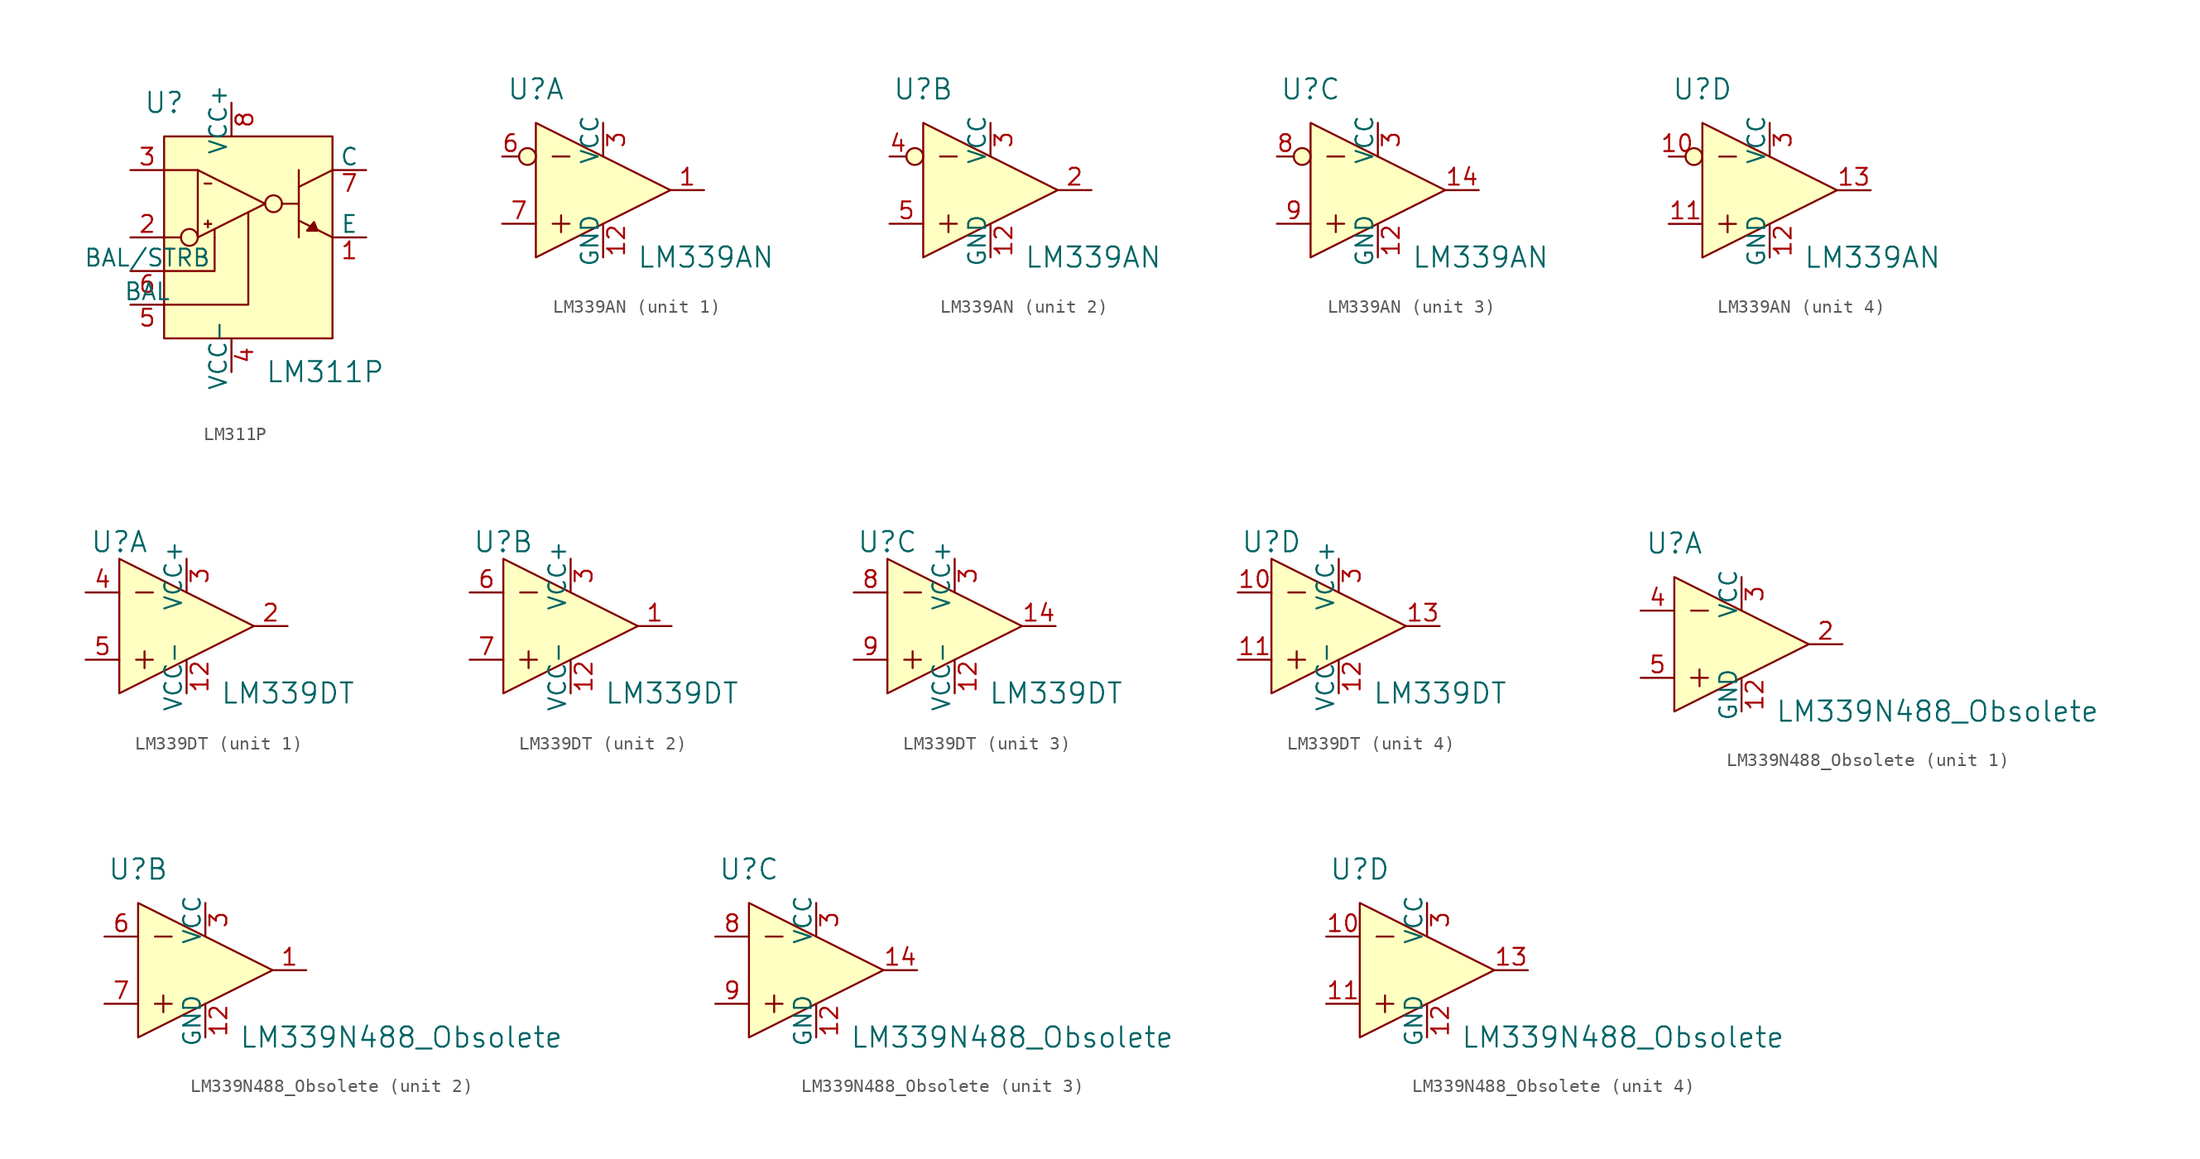
<source format=kicad_sym>
(kicad_symbol_lib
  (version 20201005)
  (generator kicad_symbol_editor)
  (symbol "LM311P"
    (pin_names
      (offset 0))
    (property "Reference" "U"
      (at -5.08 7.62 0)
      (effects (font (size 1.524 1.524))))
    (property "Value" "LM311P"
      (at 2.54 -12.7 0)
      (effects (font (size 1.524 1.524)) (justify left)))
    (symbol "LM311P_0_1"
      (circle (center -3.175 -2.54) (radius 0.635) (stroke (width 0)) (fill (type none)))
      (circle (center 3.175 0) (radius 0.635) (stroke (width 0)) (fill (type none)))
      (rectangle (start -5.08 5.08) (end 7.62 -10.16) (stroke (width 0)) (fill (type background)))
      (polyline (pts (xy -5.08 -2.54) (xy -3.81 -2.54)) (stroke (width 0)) (fill (type none)))
      (polyline (pts (xy -2.54 2.54) (xy -5.08 2.54)) (stroke (width 0)) (fill (type none)))
      (polyline (pts (xy -2.032 -1.524) (xy -1.524 -1.524)) (stroke (width 0)) (fill (type none)))
      (polyline (pts (xy -2.032 1.524) (xy -1.524 1.524)) (stroke (width 0)) (fill (type none)))
      (polyline (pts (xy -1.778 -1.27) (xy -1.778 -1.778)) (stroke (width 0)) (fill (type none)))
      (polyline (pts (xy -1.27 -1.905) (xy -1.27 -2.54)) (stroke (width 0)) (fill (type none)))
      (polyline (pts (xy 1.27 -0.635) (xy 1.27 -1.27)) (stroke (width 0)) (fill (type none)))
      (polyline (pts (xy 5.08 0) (xy 3.81 0)) (stroke (width 0)) (fill (type none)))
      (polyline (pts (xy 5.08 2.54) (xy 5.08 -2.54)) (stroke (width 0)) (fill (type none)))
      (polyline (pts (xy 6.477 -2.032) (xy 5.715 -2.032)) (stroke (width 0)) (fill (type none)))
      (polyline (pts (xy 7.62 -2.54) (xy 5.08 -1.27)) (stroke (width 0)) (fill (type none)))
      (polyline (pts (xy 7.62 2.54) (xy 5.08 1.27)) (stroke (width 0)) (fill (type none)))
      (polyline (pts (xy -5.08 -7.62) (xy 1.27 -7.62) (xy 1.27 -1.27)) (stroke (width 0)) (fill (type none)))
      (polyline (pts (xy -5.08 -5.08) (xy -1.27 -5.08) (xy -1.27 -2.54)) (stroke (width 0)) (fill (type none)))
      (polyline (pts (xy 6.477 -2.032) (xy 6.223 -1.397) (xy 5.715 -2.032)) (stroke (width 0)) (fill (type none)))
      (polyline (pts (xy -2.54 2.54) (xy -2.54 -2.54) (xy 2.54 0) (xy -2.54 2.54)) (stroke (width 0)) (fill (type none)))
      (polyline (pts (xy 6.477 -2.032) (xy 6.223 -1.397) (xy 5.715 -2.032) (xy 6.477 -2.032)) (stroke (width 0)) (fill (type outline))))
    (symbol "LM311P_1_1"
      (pin output line (at 10.16 -2.54 180) (length 2.54) (name "E" (effects (font (size 1.27 1.27)))) (number "1" (effects (font (size 1.27 1.27)))))
      (pin input line (at -7.62 -2.54 0) (length 2.54) (name "~" (effects (font (size 1.27 1.27)))) (number "2" (effects (font (size 1.27 1.27)))))
      (pin input line (at -7.62 2.54 0) (length 2.54) (name "~" (effects (font (size 1.27 1.27)))) (number "3" (effects (font (size 1.27 1.27)))))
      (pin power_in line (at 0 -12.7 90) (length 2.54) (name "VCC-" (effects (font (size 1.27 1.27)))) (number "4" (effects (font (size 1.27 1.27)))))
      (pin input line (at -7.62 -7.62 0) (length 2.54) (name "BAL" (effects (font (size 1.27 1.27)))) (number "5" (effects (font (size 1.27 1.27)))))
      (pin input line (at -7.62 -5.08 0) (length 2.54) (name "BAL/STRB" (effects (font (size 1.27 1.27)))) (number "6" (effects (font (size 1.27 1.27)))))
      (pin output line (at 10.16 2.54 180) (length 2.54) (name "C" (effects (font (size 1.27 1.27)))) (number "7" (effects (font (size 1.27 1.27)))))
      (pin power_in line (at 0 7.62 270) (length 2.54) (name "VCC+" (effects (font (size 1.27 1.27)))) (number "8" (effects (font (size 1.27 1.27)))))))
  (symbol "LM339AN"
    (pin_names
      (offset 0))
    (property "Reference" "U"
      (at -5.08 7.62 0)
      (effects (font (size 1.524 1.524))))
    (property "Value" "LM339AN"
      (at 2.54 -5.08 0)
      (effects (font (size 1.524 1.524)) (justify left)))
    (property "ki_locked" ""
      (at 0 0 0)
      (effects (font (size 1.27 1.27))))
    (symbol "LM339AN_0_1"
      (circle (center -5.715 2.54) (radius 0.635) (stroke (width 0)) (fill (type background)))
      (polyline (pts (xy -3.81 -2.54) (xy -2.54 -2.54)) (stroke (width 0)) (fill (type none)))
      (polyline (pts (xy -3.81 2.54) (xy -2.54 2.54)) (stroke (width 0)) (fill (type none)))
      (polyline (pts (xy -3.175 -1.905) (xy -3.175 -3.175)) (stroke (width 0)) (fill (type none)))
      (polyline (pts (xy -5.08 5.08) (xy -5.08 -5.08) (xy 5.08 0) (xy -5.08 5.08)) (stroke (width 0)) (fill (type background))))
    (symbol "LM339AN_1_1"
      (pin output line (at 7.62 0 180) (length 2.54) (name "~" (effects (font (size 1.27 1.27)))) (number "1" (effects (font (size 1.27 1.27)))))
      (pin power_in line (at 0 5.08 270) (length 2.54) (name "VCC" (effects (font (size 1.27 1.27)))) (number "3" (effects (font (size 1.27 1.27)))))
      (pin input line (at -7.62 2.54 0) (length 1.27) (name "~" (effects (font (size 1.27 1.27)))) (number "6" (effects (font (size 1.27 1.27)))))
      (pin input line (at -7.62 -2.54 0) (length 2.54) (name "~" (effects (font (size 1.27 1.27)))) (number "7" (effects (font (size 1.27 1.27)))))
      (pin power_in line (at 0 -5.08 90) (length 2.54) (name "GND" (effects (font (size 1.27 1.27)))) (number "12" (effects (font (size 1.27 1.27))))))
    (symbol "LM339AN_2_1"
      (pin output line (at 7.62 0 180) (length 2.54) (name "~" (effects (font (size 1.27 1.27)))) (number "2" (effects (font (size 1.27 1.27)))))
      (pin power_in line (at 0 5.08 270) (length 2.54) (name "VCC" (effects (font (size 1.27 1.27)))) (number "3" (effects (font (size 1.27 1.27)))))
      (pin input line (at -7.62 2.54 0) (length 1.27) (name "~" (effects (font (size 1.27 1.27)))) (number "4" (effects (font (size 1.27 1.27)))))
      (pin input line (at -7.62 -2.54 0) (length 2.54) (name "~" (effects (font (size 1.27 1.27)))) (number "5" (effects (font (size 1.27 1.27)))))
      (pin power_in line (at 0 -5.08 90) (length 2.54) (name "GND" (effects (font (size 1.27 1.27)))) (number "12" (effects (font (size 1.27 1.27))))))
    (symbol "LM339AN_3_1"
      (pin power_in line (at 0 5.08 270) (length 2.54) (name "VCC" (effects (font (size 1.27 1.27)))) (number "3" (effects (font (size 1.27 1.27)))))
      (pin input line (at -7.62 2.54 0) (length 1.27) (name "~" (effects (font (size 1.27 1.27)))) (number "8" (effects (font (size 1.27 1.27)))))
      (pin input line (at -7.62 -2.54 0) (length 2.54) (name "~" (effects (font (size 1.27 1.27)))) (number "9" (effects (font (size 1.27 1.27)))))
      (pin power_in line (at 0 -5.08 90) (length 2.54) (name "GND" (effects (font (size 1.27 1.27)))) (number "12" (effects (font (size 1.27 1.27)))))
      (pin output line (at 7.62 0 180) (length 2.54) (name "~" (effects (font (size 1.27 1.27)))) (number "14" (effects (font (size 1.27 1.27))))))
    (symbol "LM339AN_4_1"
      (pin power_in line (at 0 5.08 270) (length 2.54) (name "VCC" (effects (font (size 1.27 1.27)))) (number "3" (effects (font (size 1.27 1.27)))))
      (pin input line (at -7.62 2.54 0) (length 1.27) (name "~" (effects (font (size 1.27 1.27)))) (number "10" (effects (font (size 1.27 1.27)))))
      (pin input line (at -7.62 -2.54 0) (length 2.54) (name "~" (effects (font (size 1.27 1.27)))) (number "11" (effects (font (size 1.27 1.27)))))
      (pin power_in line (at 0 -5.08 90) (length 2.54) (name "GND" (effects (font (size 1.27 1.27)))) (number "12" (effects (font (size 1.27 1.27)))))
      (pin output line (at 7.62 0 180) (length 2.54) (name "~" (effects (font (size 1.27 1.27)))) (number "13" (effects (font (size 1.27 1.27)))))))
  (symbol "LM339DT"
    (pin_names
      (offset 0))
    (property "Reference" "U"
      (at -5.08 6.35 0)
      (effects (font (size 1.524 1.524))))
    (property "Value" "LM339DT"
      (at 2.54 -5.08 0)
      (effects (font (size 1.524 1.524)) (justify left)))
    (property "ki_locked" ""
      (at 0 0 0)
      (effects (font (size 1.27 1.27))))
    (symbol "LM339DT_0_1"
      (polyline (pts (xy -3.81 2.54) (xy -2.54 2.54)) (stroke (width 0)) (fill (type none)))
      (polyline (pts (xy -3.175 -1.905) (xy -3.175 -3.175)) (stroke (width 0)) (fill (type none)))
      (polyline (pts (xy -2.54 -2.54) (xy -3.81 -2.54)) (stroke (width 0)) (fill (type none)))
      (polyline (pts (xy -5.08 5.08) (xy -5.08 -5.08) (xy 5.08 0) (xy -5.08 5.08)) (stroke (width 0)) (fill (type background))))
    (symbol "LM339DT_1_1"
      (pin output line (at 7.62 0 180) (length 2.54) (name "~" (effects (font (size 1.27 1.27)))) (number "2" (effects (font (size 1.27 1.27)))))
      (pin power_in line (at 0 5.08 270) (length 2.54) (name "VCC+" (effects (font (size 1.27 1.27)))) (number "3" (effects (font (size 1.27 1.27)))))
      (pin input line (at -7.62 2.54 0) (length 2.54) (name "~" (effects (font (size 1.27 1.27)))) (number "4" (effects (font (size 1.27 1.27)))))
      (pin input line (at -7.62 -2.54 0) (length 2.54) (name "~" (effects (font (size 1.27 1.27)))) (number "5" (effects (font (size 1.27 1.27)))))
      (pin power_in line (at 0 -5.08 90) (length 2.54) (name "VCC-" (effects (font (size 1.27 1.27)))) (number "12" (effects (font (size 1.27 1.27))))))
    (symbol "LM339DT_2_1"
      (pin output line (at 7.62 0 180) (length 2.54) (name "~" (effects (font (size 1.27 1.27)))) (number "1" (effects (font (size 1.27 1.27)))))
      (pin power_in line (at 0 5.08 270) (length 2.54) (name "VCC+" (effects (font (size 1.27 1.27)))) (number "3" (effects (font (size 1.27 1.27)))))
      (pin input line (at -7.62 2.54 0) (length 2.54) (name "~" (effects (font (size 1.27 1.27)))) (number "6" (effects (font (size 1.27 1.27)))))
      (pin input line (at -7.62 -2.54 0) (length 2.54) (name "~" (effects (font (size 1.27 1.27)))) (number "7" (effects (font (size 1.27 1.27)))))
      (pin power_in line (at 0 -5.08 90) (length 2.54) (name "VCC-" (effects (font (size 1.27 1.27)))) (number "12" (effects (font (size 1.27 1.27))))))
    (symbol "LM339DT_3_1"
      (pin power_in line (at 0 5.08 270) (length 2.54) (name "VCC+" (effects (font (size 1.27 1.27)))) (number "3" (effects (font (size 1.27 1.27)))))
      (pin input line (at -7.62 2.54 0) (length 2.54) (name "~" (effects (font (size 1.27 1.27)))) (number "8" (effects (font (size 1.27 1.27)))))
      (pin input line (at -7.62 -2.54 0) (length 2.54) (name "~" (effects (font (size 1.27 1.27)))) (number "9" (effects (font (size 1.27 1.27)))))
      (pin power_in line (at 0 -5.08 90) (length 2.54) (name "VCC-" (effects (font (size 1.27 1.27)))) (number "12" (effects (font (size 1.27 1.27)))))
      (pin output line (at 7.62 0 180) (length 2.54) (name "~" (effects (font (size 1.27 1.27)))) (number "14" (effects (font (size 1.27 1.27))))))
    (symbol "LM339DT_4_1"
      (pin power_in line (at 0 5.08 270) (length 2.54) (name "VCC+" (effects (font (size 1.27 1.27)))) (number "3" (effects (font (size 1.27 1.27)))))
      (pin input line (at -7.62 2.54 0) (length 2.54) (name "~" (effects (font (size 1.27 1.27)))) (number "10" (effects (font (size 1.27 1.27)))))
      (pin input line (at -7.62 -2.54 0) (length 2.54) (name "~" (effects (font (size 1.27 1.27)))) (number "11" (effects (font (size 1.27 1.27)))))
      (pin power_in line (at 0 -5.08 90) (length 2.54) (name "VCC-" (effects (font (size 1.27 1.27)))) (number "12" (effects (font (size 1.27 1.27)))))
      (pin output line (at 7.62 0 180) (length 2.54) (name "~" (effects (font (size 1.27 1.27)))) (number "13" (effects (font (size 1.27 1.27)))))))
  (symbol "LM339N488_Obsolete"
    (pin_names
      (offset 0))
    (property "Reference" "U"
      (at -5.08 7.62 0)
      (effects (font (size 1.524 1.524))))
    (property "Value" "LM339N488_Obsolete"
      (at 2.54 -5.08 0)
      (effects (font (size 1.524 1.524)) (justify left)))
    (property "ki_locked" ""
      (at 0 0 0)
      (effects (font (size 1.27 1.27))))
    (symbol "LM339N488_Obsolete_0_1"
      (polyline (pts (xy -3.81 -2.54) (xy -2.54 -2.54)) (stroke (width 0)) (fill (type none)))
      (polyline (pts (xy -3.81 2.54) (xy -2.54 2.54)) (stroke (width 0)) (fill (type none)))
      (polyline (pts (xy -3.175 -1.905) (xy -3.175 -3.175)) (stroke (width 0)) (fill (type none)))
      (polyline (pts (xy -5.08 5.08) (xy -5.08 -5.08) (xy 5.08 0) (xy -5.08 5.08)) (stroke (width 0)) (fill (type background))))
    (symbol "LM339N488_Obsolete_1_1"
      (pin output line (at 7.62 0 180) (length 2.54) (name "~" (effects (font (size 1.27 1.27)))) (number "2" (effects (font (size 1.27 1.27)))))
      (pin power_in line (at 0 5.08 270) (length 2.54) (name "VCC" (effects (font (size 1.27 1.27)))) (number "3" (effects (font (size 1.27 1.27)))))
      (pin input line (at -7.62 2.54 0) (length 2.54) (name "~" (effects (font (size 1.27 1.27)))) (number "4" (effects (font (size 1.27 1.27)))))
      (pin input line (at -7.62 -2.54 0) (length 2.54) (name "~" (effects (font (size 1.27 1.27)))) (number "5" (effects (font (size 1.27 1.27)))))
      (pin power_in line (at 0 -5.08 90) (length 2.54) (name "GND" (effects (font (size 1.27 1.27)))) (number "12" (effects (font (size 1.27 1.27))))))
    (symbol "LM339N488_Obsolete_2_1"
      (pin output line (at 7.62 0 180) (length 2.54) (name "~" (effects (font (size 1.27 1.27)))) (number "1" (effects (font (size 1.27 1.27)))))
      (pin power_in line (at 0 5.08 270) (length 2.54) (name "VCC" (effects (font (size 1.27 1.27)))) (number "3" (effects (font (size 1.27 1.27)))))
      (pin input line (at -7.62 2.54 0) (length 2.54) (name "~" (effects (font (size 1.27 1.27)))) (number "6" (effects (font (size 1.27 1.27)))))
      (pin input line (at -7.62 -2.54 0) (length 2.54) (name "~" (effects (font (size 1.27 1.27)))) (number "7" (effects (font (size 1.27 1.27)))))
      (pin power_in line (at 0 -5.08 90) (length 2.54) (name "GND" (effects (font (size 1.27 1.27)))) (number "12" (effects (font (size 1.27 1.27))))))
    (symbol "LM339N488_Obsolete_3_1"
      (pin power_in line (at 0 5.08 270) (length 2.54) (name "VCC" (effects (font (size 1.27 1.27)))) (number "3" (effects (font (size 1.27 1.27)))))
      (pin input line (at -7.62 2.54 0) (length 2.54) (name "~" (effects (font (size 1.27 1.27)))) (number "8" (effects (font (size 1.27 1.27)))))
      (pin input line (at -7.62 -2.54 0) (length 2.54) (name "~" (effects (font (size 1.27 1.27)))) (number "9" (effects (font (size 1.27 1.27)))))
      (pin power_in line (at 0 -5.08 90) (length 2.54) (name "GND" (effects (font (size 1.27 1.27)))) (number "12" (effects (font (size 1.27 1.27)))))
      (pin output line (at 7.62 0 180) (length 2.54) (name "~" (effects (font (size 1.27 1.27)))) (number "14" (effects (font (size 1.27 1.27))))))
    (symbol "LM339N488_Obsolete_4_1"
      (pin power_in line (at 0 5.08 270) (length 2.54) (name "VCC" (effects (font (size 1.27 1.27)))) (number "3" (effects (font (size 1.27 1.27)))))
      (pin input line (at -7.62 2.54 0) (length 2.54) (name "~" (effects (font (size 1.27 1.27)))) (number "10" (effects (font (size 1.27 1.27)))))
      (pin input line (at -7.62 -2.54 0) (length 2.54) (name "~" (effects (font (size 1.27 1.27)))) (number "11" (effects (font (size 1.27 1.27)))))
      (pin power_in line (at 0 -5.08 90) (length 2.54) (name "GND" (effects (font (size 1.27 1.27)))) (number "12" (effects (font (size 1.27 1.27)))))
      (pin output line (at 7.62 0 180) (length 2.54) (name "~" (effects (font (size 1.27 1.27)))) (number "13" (effects (font (size 1.27 1.27))))))))
</source>
